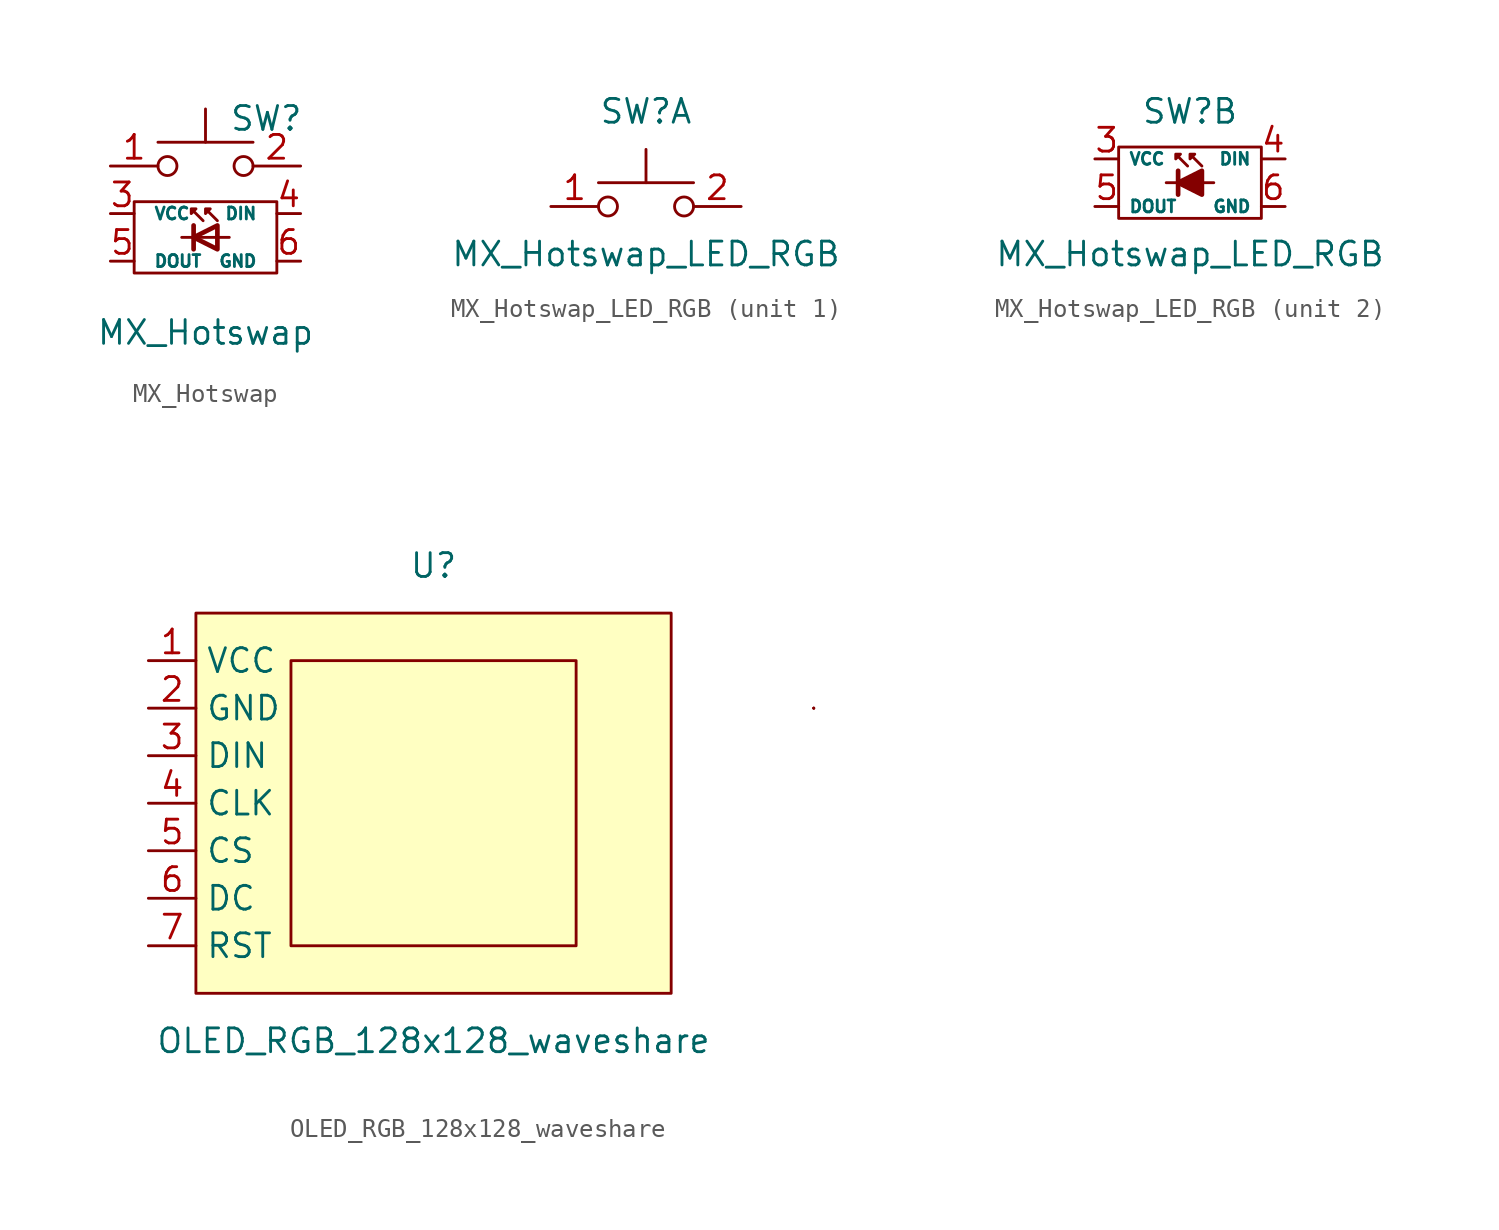
<source format=kicad_sym>
(kicad_symbol_lib
  (version 20211014)
  (generator kicad_symbol_editor)
  (symbol "MX_Hotswap"
    (pin_names
      (offset 1.016))
    (property "Reference" "SW"
      (at 1.27 2.54 0)
      (effects (font (size 1.27 1.27)) (justify left)))
    (property "Value" "MX_Hotswap"
      (at 0 -8.89 0)
      (effects (font (size 1.27 1.27))))
    (symbol "MX_Hotswap_0_1"
      (circle (center -2.032 0) (radius 0.508) (stroke (width 0) (type default) (color 0 0 0 0)) (fill (type none)))
      (polyline (pts (xy -1.27 -3.81) (xy 1.27 -3.81)) (stroke (width 0) (type default) (color 0 0 0 0)) (fill (type none)))
      (polyline (pts (xy -0.635 -3.175) (xy -0.635 -4.445)) (stroke (width 0.25) (type default) (color 0 0 0 0)) (fill (type none)))
      (polyline (pts (xy 0 1.27) (xy 0 3.048)) (stroke (width 0) (type default) (color 0 0 0 0)) (fill (type none)))
      (polyline (pts (xy 2.54 1.27) (xy -2.54 1.27)) (stroke (width 0) (type default) (color 0 0 0 0)) (fill (type none)))
      (polyline (pts (xy 0.635 -3.175) (xy -0.635 -3.81) (xy 0.635 -4.445) (xy 0.635 -3.175)) (stroke (width 0.25) (type default) (color 0 0 0 0)) (fill (type none)))
      (polyline (pts (xy -0.127 -2.921) (xy -0.762 -2.286) (xy -0.508 -2.286) (xy -0.762 -2.54) (xy -0.762 -2.286)) (stroke (width 0) (type default) (color 0 0 0 0)) (fill (type none)))
      (polyline (pts (xy 0.635 -2.921) (xy 0 -2.286) (xy 0.254 -2.286) (xy 0 -2.54) (xy 0 -2.286)) (stroke (width 0) (type default) (color 0 0 0 0)) (fill (type none)))
      (polyline (pts (xy 3.81 -1.905) (xy 3.81 -5.715) (xy -3.81 -5.715) (xy -3.81 -1.905) (xy 3.81 -1.905)) (stroke (width 0) (type default) (color 0 0 0 0)) (fill (type none)))
      (circle (center 2.032 0) (radius 0.508) (stroke (width 0) (type default) (color 0 0 0 0)) (fill (type none)))
      (pin passive line (at -5.08 0 0) (length 2.54) (name "" (effects (font (size 1.27 1.27)))) (number "1" (effects (font (size 1.27 1.27)))))
      (pin passive line (at 5.08 0 180) (length 2.54) (name "" (effects (font (size 1.27 1.27)))) (number "2" (effects (font (size 1.27 1.27))))))
    (symbol "MX_Hotswap_1_1"
      (pin power_in line (at -5.08 -2.54 0) (length 1.27) (name "VCC" (effects (font (size 0.635 0.635)))) (number "3" (effects (font (size 1.27 1.27)))))
      (pin input line (at 5.08 -2.54 180) (length 1.27) (name "DIN" (effects (font (size 0.635 0.635)))) (number "4" (effects (font (size 1.27 1.27)))))
      (pin output line (at -5.08 -5.08 0) (length 1.27) (name "DOUT" (effects (font (size 0.635 0.635)))) (number "5" (effects (font (size 1.27 1.27)))))
      (pin power_in line (at 5.08 -5.08 180) (length 1.27) (name "GND" (effects (font (size 0.635 0.635)))) (number "6" (effects (font (size 1.27 1.27)))))))
  (symbol "MX_Hotswap_LED_RGB"
    (property "Reference" "SW"
      (at 0 5.08 0)
      (effects (font (size 1.27 1.27))))
    (property "Value" "MX_Hotswap_LED_RGB"
      (at 0 -2.54 0)
      (effects (font (size 1.27 1.27))))
    (property "ki_locked" ""
      (at 0 0 0)
      (effects (font (size 1.27 1.27))))
    (symbol "MX_Hotswap_LED_RGB_1_1"
      (circle (center -2.032 0) (radius 0.508) (stroke (width 0) (type default) (color 0 0 0 0)) (fill (type none)))
      (polyline (pts (xy 0 1.27) (xy 0 3.048)) (stroke (width 0) (type default) (color 0 0 0 0)) (fill (type none)))
      (polyline (pts (xy 2.54 1.27) (xy -2.54 1.27)) (stroke (width 0) (type default) (color 0 0 0 0)) (fill (type none)))
      (circle (center 2.032 0) (radius 0.508) (stroke (width 0) (type default) (color 0 0 0 0)) (fill (type none)))
      (pin passive line (at -5.08 0 0) (length 2.54) (name "" (effects (font (size 1.27 1.27)))) (number "1" (effects (font (size 1.27 1.27)))))
      (pin passive line (at 5.08 0 180) (length 2.54) (name "" (effects (font (size 1.27 1.27)))) (number "2" (effects (font (size 1.27 1.27))))))
    (symbol "MX_Hotswap_LED_RGB_2_1"
      (polyline (pts (xy -1.27 1.27) (xy 1.27 1.27)) (stroke (width 0) (type default) (color 0 0 0 0)) (fill (type none)))
      (polyline (pts (xy -0.635 1.905) (xy -0.635 0.635)) (stroke (width 0.25) (type default) (color 0 0 0 0)) (fill (type none)))
      (polyline (pts (xy 0.635 1.905) (xy -0.635 1.27) (xy 0.635 0.635) (xy 0.635 1.905)) (stroke (width 0.25) (type default) (color 0 0 0 0)) (fill (type outline)))
      (polyline (pts (xy -0.127 2.159) (xy -0.762 2.794) (xy -0.508 2.794) (xy -0.762 2.54) (xy -0.762 2.794)) (stroke (width 0) (type default) (color 0 0 0 0)) (fill (type none)))
      (polyline (pts (xy 0.635 2.159) (xy 0 2.794) (xy 0.254 2.794) (xy 0 2.54) (xy 0 2.794)) (stroke (width 0) (type default) (color 0 0 0 0)) (fill (type none)))
      (polyline (pts (xy 3.81 3.175) (xy 3.81 -0.635) (xy -3.81 -0.635) (xy -3.81 3.175) (xy 3.81 3.175)) (stroke (width 0) (type default) (color 0 0 0 0)) (fill (type none)))
      (pin power_in line (at -5.08 2.54 0) (length 1.27) (name "VCC" (effects (font (size 0.635 0.635)))) (number "3" (effects (font (size 1.27 1.27)))))
      (pin input line (at 5.08 2.54 180) (length 1.27) (name "DIN" (effects (font (size 0.635 0.635)))) (number "4" (effects (font (size 1.27 1.27)))))
      (pin output line (at -5.08 0 0) (length 1.27) (name "DOUT" (effects (font (size 0.635 0.635)))) (number "5" (effects (font (size 1.27 1.27)))))
      (pin power_in line (at 5.08 0 180) (length 1.27) (name "GND" (effects (font (size 0.635 0.635)))) (number "6" (effects (font (size 1.27 1.27)))))))
  (symbol "OLED_RGB_128x128_waveshare"
    (property "Reference" "U"
      (at 0 12.7 0)
      (effects (font (size 1.27 1.27))))
    (property "Value" "OLED_RGB_128x128_waveshare"
      (at 0 -12.7 0)
      (effects (font (size 1.27 1.27))))
    (symbol "OLED_RGB_128x128_waveshare_0_1"
      (rectangle (start -12.7 10.16) (end 12.7 -10.16) (stroke (width 0) (type default) (color 0 0 0 0)) (fill (type background)))
      (rectangle (start -7.62 7.62) (end 7.62 -7.62) (stroke (width 0) (type default) (color 0 0 0 0)) (fill (type none)))
      (rectangle (start 20.32 5.08) (end 20.32 5.08) (stroke (width 0) (type default) (color 0 0 0 0)) (fill (type none)))
      (rectangle (start 20.32 5.08) (end 20.32 5.08) (stroke (width 0) (type default) (color 0 0 0 0)) (fill (type none)))
      (rectangle (start 20.32 5.08) (end 20.32 5.08) (stroke (width 0) (type default) (color 0 0 0 0)) (fill (type none))))
    (symbol "OLED_RGB_128x128_waveshare_1_1"
      (pin power_in line (at -15.24 7.62 0) (length 2.54) (name "VCC" (effects (font (size 1.27 1.27)))) (number "1" (effects (font (size 1.27 1.27)))))
      (pin power_in line (at -15.24 5.08 0) (length 2.54) (name "GND" (effects (font (size 1.27 1.27)))) (number "2" (effects (font (size 1.27 1.27)))))
      (pin input line (at -15.24 2.54 0) (length 2.54) (name "DIN" (effects (font (size 1.27 1.27)))) (number "3" (effects (font (size 1.27 1.27)))))
      (pin input line (at -15.24 0 0) (length 2.54) (name "CLK" (effects (font (size 1.27 1.27)))) (number "4" (effects (font (size 1.27 1.27)))))
      (pin input line (at -15.24 -2.54 0) (length 2.54) (name "CS" (effects (font (size 1.27 1.27)))) (number "5" (effects (font (size 1.27 1.27)))))
      (pin input line (at -15.24 -5.08 0) (length 2.54) (name "DC" (effects (font (size 1.27 1.27)))) (number "6" (effects (font (size 1.27 1.27)))))
      (pin input line (at -15.24 -7.62 0) (length 2.54) (name "RST" (effects (font (size 1.27 1.27)))) (number "7" (effects (font (size 1.27 1.27))))))))
</source>
